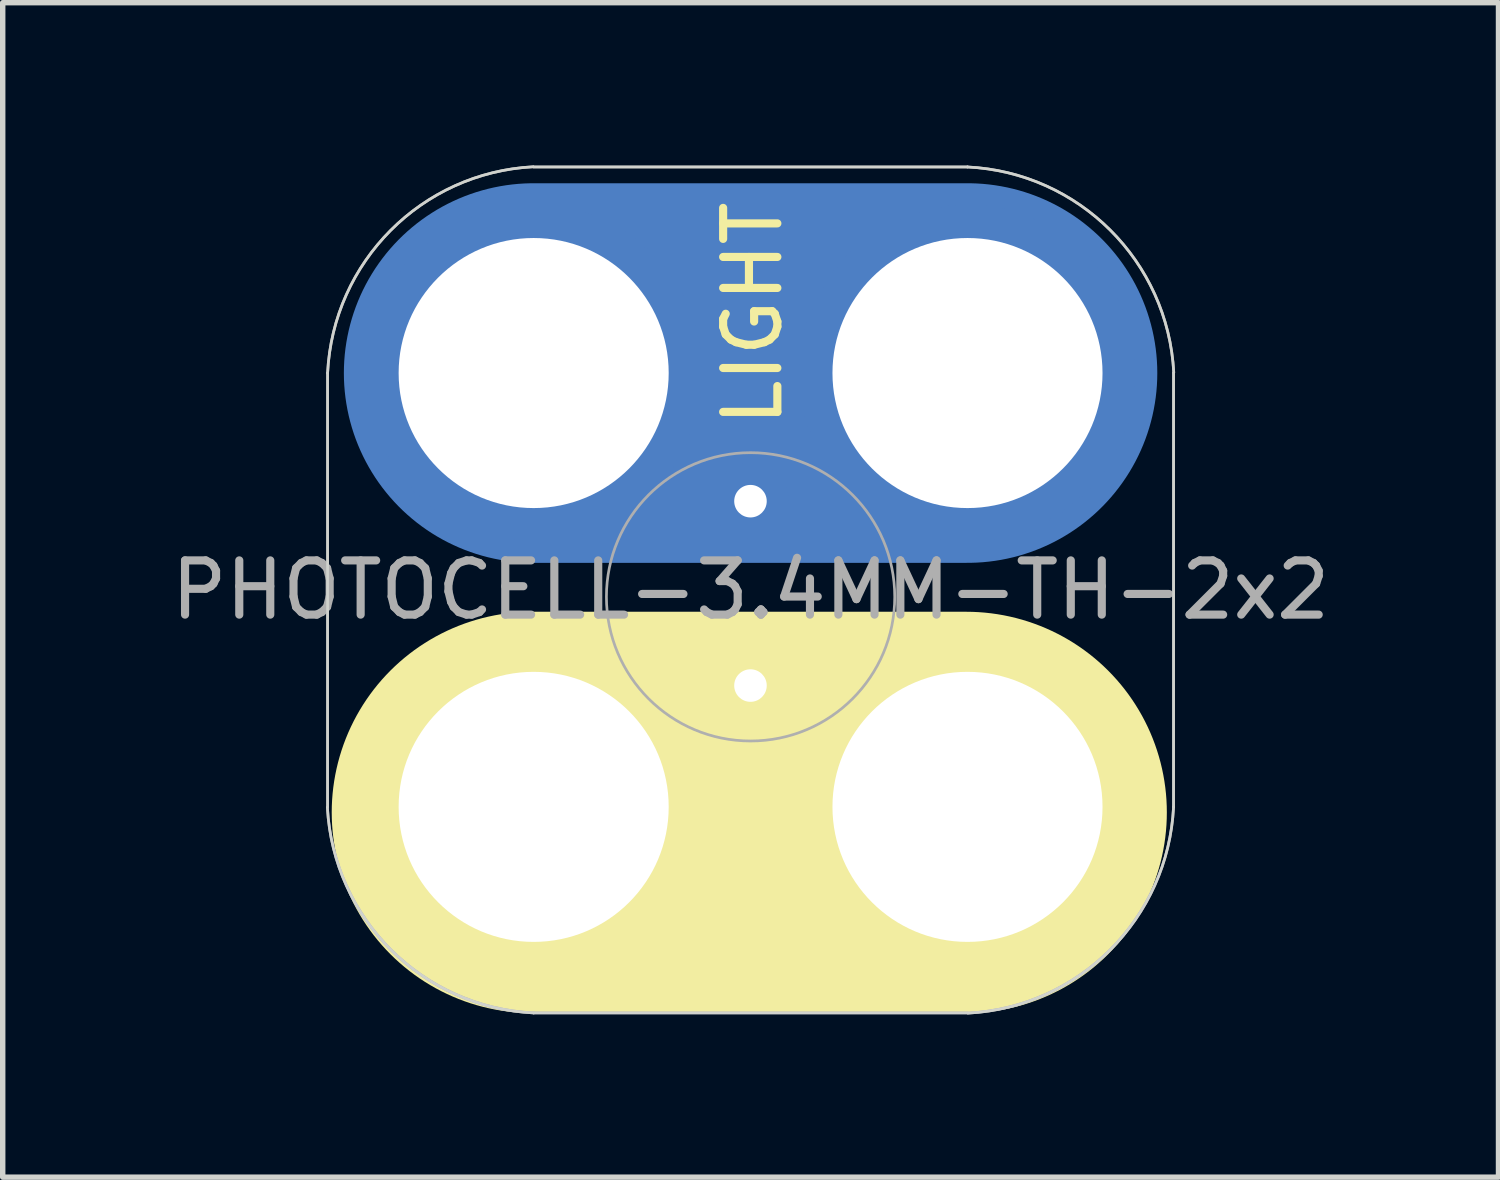
<source format=kicad_pcb>
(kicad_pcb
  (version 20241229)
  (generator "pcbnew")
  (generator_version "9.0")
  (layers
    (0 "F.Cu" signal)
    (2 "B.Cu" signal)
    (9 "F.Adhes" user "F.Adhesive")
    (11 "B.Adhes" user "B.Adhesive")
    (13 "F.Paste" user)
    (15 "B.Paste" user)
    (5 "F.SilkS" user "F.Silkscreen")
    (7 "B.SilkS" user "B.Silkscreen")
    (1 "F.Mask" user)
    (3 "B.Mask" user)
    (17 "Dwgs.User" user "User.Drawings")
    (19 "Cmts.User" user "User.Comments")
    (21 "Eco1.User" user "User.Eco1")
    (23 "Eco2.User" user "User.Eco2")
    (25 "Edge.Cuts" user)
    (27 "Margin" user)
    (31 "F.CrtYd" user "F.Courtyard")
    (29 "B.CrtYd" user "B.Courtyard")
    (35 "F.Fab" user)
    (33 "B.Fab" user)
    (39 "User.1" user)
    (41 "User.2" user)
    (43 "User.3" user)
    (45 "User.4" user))
  (footprint "PHOTOCELL-3.4MM-TH-2x2"
    (layer "F.Cu")
    (at 6.791 11.829)
    (property "Reference" "PHOTOCELL-3.4MM-TH-2x2" (at 4 -4 0) (layer "F.Fab") (effects (font (size 1 1) (thickness 0.15))))
    (attr through_hole)
    (fp_line (start 4 -1.35) (end 4 -2.45) (stroke (width 2) (type solid)) (layer "B.Cu"))
    (fp_line (start 8 -8) (end 0 -8) (stroke (width 7) (type solid)) (layer "B.Cu"))
    (fp_line (start 8 0) (end 0 0) (stroke (width 7) (type solid)) (layer "B.Cu"))
    (fp_line (start -0.024 0.102) (end 7.976 0.102) (stroke (width 7.4) (type solid)) (layer "F.SilkS"))
    (fp_line (start -3.8 -8) (end -3.8 0) (stroke (width 0.05) (type solid)) (layer "Edge.Cuts"))
    (fp_line (start 0 -11.8) (end 8 -11.8) (stroke (width 0.05) (type solid)) (layer "Edge.Cuts"))
    (fp_line (start 0 3.8) (end 8 3.8) (stroke (width 0.05) (type solid)) (layer "Edge.Cuts"))
    (fp_line (start 11.8 -8) (end 11.8 0) (stroke (width 0.05) (type solid)) (layer "Edge.Cuts"))
    (fp_arc (start -3.8 -8) (mid -2.636928 -10.631138) (end -0.009972 -11.803625) (stroke (width 0.05) (type solid)) (layer "Edge.Cuts"))
    (fp_arc (start 0 3.8) (mid -2.631138 2.636928) (end -3.803625 0.009972) (stroke (width 0.05) (type solid)) (layer "Edge.Cuts"))
    (fp_arc (start 8 -11.8) (mid 10.631138 -10.636928) (end 11.803625 -8.009972) (stroke (width 0.05) (type solid)) (layer "Edge.Cuts"))
    (fp_arc (start 11.8 0) (mid 10.636928 2.631138) (end 8.009972 3.803625) (stroke (width 0.05) (type solid)) (layer "Edge.Cuts"))
    (fp_line (start -3.8 -8) (end -3.8 0) (stroke (width 0.05) (type solid)) (layer "F.Fab"))
    (fp_line (start 0 -11.8) (end 8 -11.8) (stroke (width 0.05) (type solid)) (layer "F.Fab"))
    (fp_line (start 0 3.8) (end 8 3.8) (stroke (width 0.05) (type solid)) (layer "F.Fab"))
    (fp_line (start 11.8 -8) (end 11.8 0) (stroke (width 0.05) (type solid)) (layer "F.Fab"))
    (fp_arc (start -3.8 -8) (mid -2.636928 -10.631138) (end -0.009972 -11.803625) (stroke (width 0.05) (type solid)) (layer "F.Fab"))
    (fp_arc (start 0 3.8) (mid -2.631138 2.636928) (end -3.803625 0.009972) (stroke (width 0.05) (type solid)) (layer "F.Fab"))
    (fp_arc (start 8 -11.8) (mid 10.631138 -10.636928) (end 11.803625 -8.009972) (stroke (width 0.05) (type solid)) (layer "F.Fab"))
    (fp_arc (start 11.8 0) (mid 10.636928 2.631138) (end 8.009972 3.803625) (stroke (width 0.05) (type solid)) (layer "F.Fab"))
    (fp_circle (center 4 -3.873) (end 6.032 -2.159) (stroke (width 0.05) (type solid)) (fill no) (layer "F.Fab"))
    (fp_text user "LIGHT" (at 4.039 -9.093 90) (layer "F.SilkS") (effects (font (size 1 1) (thickness 0.15))))
    (pad "1" thru_hole circle (at 0 0) (size 6.2 6.2) (drill 4.98) (layers "*.Cu" "*.Mask"))
    (pad "1" thru_hole circle (at 3.998 -2.237 270) (size 1.4 1.4) (drill 0.6) (layers "*.Cu" "B.Mask"))
    (pad "1" thru_hole circle (at 8 0) (size 6.2 6.2) (drill 4.98) (layers "*.Cu" "*.Mask"))
    (pad "2" thru_hole circle (at 0 -8) (size 6.2 6.2) (drill 4.98) (layers "*.Cu" "*.Mask"))
    (pad "2" thru_hole circle (at 3.998 -5.637) (size 1.4 1.4) (drill 0.6) (layers "*.Cu" "B.Mask"))
    (pad "2" thru_hole circle (at 8 -8) (size 6.2 6.2) (drill 4.98) (layers "*.Cu" "*.Mask")))
  (gr_rect
    (start -3 -3)
    (end 24.583 18.657)
    (stroke (width 0.1) (type default))
    (fill no)
    (layer "Edge.Cuts")))
</source>
